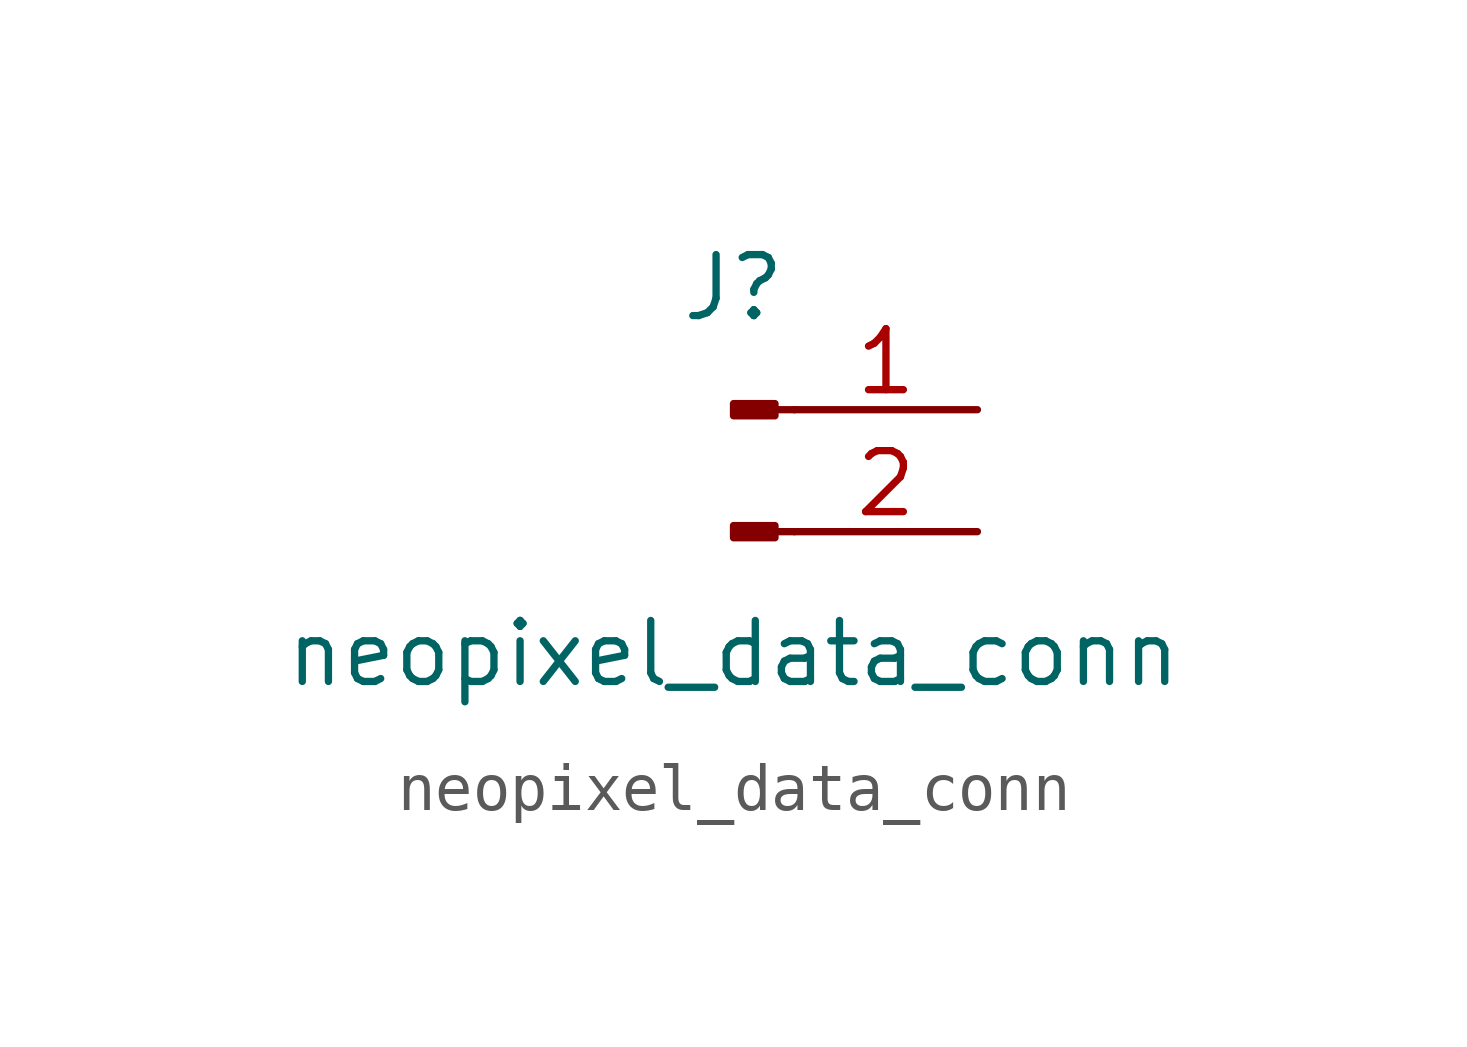
<source format=kicad_sym>
(kicad_symbol_lib
  (version 20220914)
  (generator kicad_symbol_editor)
  (symbol "neopixel_data_conn"
    (pin_names
      (offset 1.016) hide)
    (property "Reference" "J"
      (at 0 2.54 0)
      (effects (font (size 1.27 1.27))))
    (property "Value" "neopixel_data_conn"
      (at 0 -5.08 0)
      (effects (font (size 1.27 1.27))))
    (property "ki_locked" ""
      (at 0 0 0)
      (effects (font (size 1.27 1.27))))
    (symbol "neopixel_data_conn_1_1"
      (polyline (pts (xy 1.27 -2.54) (xy 0.864 -2.54)) (stroke (width 0.152) (type default)) (fill (type none)))
      (polyline (pts (xy 1.27 0) (xy 0.864 0)) (stroke (width 0.152) (type default)) (fill (type none)))
      (rectangle (start 0.864 -2.413) (end 0 -2.667) (stroke (width 0.152) (type default)) (fill (type outline)))
      (rectangle (start 0.864 0.127) (end 0 -0.127) (stroke (width 0.152) (type default)) (fill (type outline)))
      (pin input line (at 5.08 0 180) (length 3.81) (name "Data" (effects (font (size 1.27 1.27)))) (number "1" (effects (font (size 1.27 1.27)))))
      (pin power_in line (at 5.08 -2.54 180) (length 3.81) (name "GND" (effects (font (size 1.27 1.27)))) (number "2" (effects (font (size 1.27 1.27))))))))
</source>
